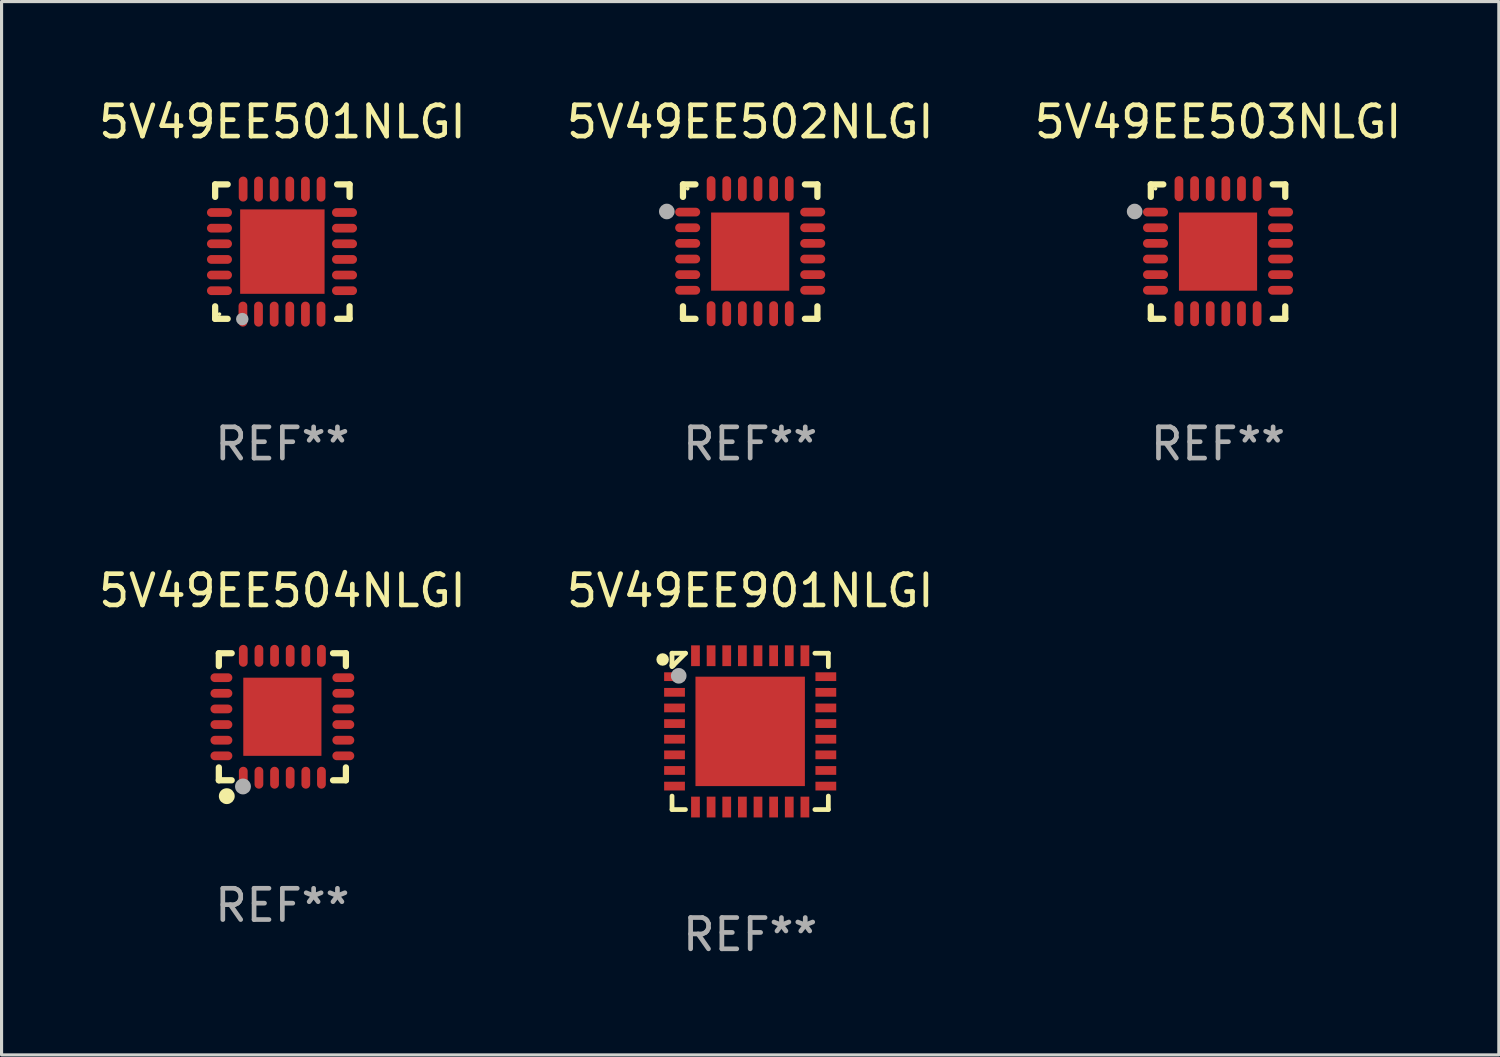
<source format=kicad_pcb>
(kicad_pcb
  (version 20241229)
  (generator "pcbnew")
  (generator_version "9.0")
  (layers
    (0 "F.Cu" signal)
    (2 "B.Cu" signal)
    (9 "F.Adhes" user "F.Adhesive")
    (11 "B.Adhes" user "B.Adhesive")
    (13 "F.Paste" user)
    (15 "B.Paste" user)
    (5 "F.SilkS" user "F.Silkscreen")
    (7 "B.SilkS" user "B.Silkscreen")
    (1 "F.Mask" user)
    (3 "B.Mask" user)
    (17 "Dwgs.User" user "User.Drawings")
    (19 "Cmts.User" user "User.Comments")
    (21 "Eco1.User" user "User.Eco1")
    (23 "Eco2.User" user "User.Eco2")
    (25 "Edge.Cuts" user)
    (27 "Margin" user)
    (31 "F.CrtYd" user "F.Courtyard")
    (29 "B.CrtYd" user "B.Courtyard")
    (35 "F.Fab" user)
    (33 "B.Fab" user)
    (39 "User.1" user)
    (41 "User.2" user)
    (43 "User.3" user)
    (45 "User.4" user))
  (footprint "5V49EE504NLGI"
    (layer "F.Cu")
    (at 5.982 19.877)
    (property "Reference" "5V49EE504NLGI" (at 0 -4.032 0) (layer "F.SilkS") (effects (font (size 1 1) (thickness 0.15))))
    (attr through_hole)
    (fp_line (start -2.032 -2.032) (end -1.621 -2.032) (stroke (width 0.2) (type solid)) (layer "F.SilkS"))
    (fp_line (start -2.032 -1.621) (end -2.032 -2.032) (stroke (width 0.2) (type solid)) (layer "F.SilkS"))
    (fp_line (start -2.032 2.032) (end -2.032 1.621) (stroke (width 0.2) (type solid)) (layer "F.SilkS"))
    (fp_line (start -1.621 2.032) (end -2.032 2.032) (stroke (width 0.2) (type solid)) (layer "F.SilkS"))
    (fp_line (start 1.621 -2.032) (end 2.032 -2.032) (stroke (width 0.2) (type solid)) (layer "F.SilkS"))
    (fp_line (start 2.032 -2.032) (end 2.032 -1.621) (stroke (width 0.2) (type solid)) (layer "F.SilkS"))
    (fp_line (start 2.032 1.621) (end 2.032 2.032) (stroke (width 0.2) (type solid)) (layer "F.SilkS"))
    (fp_line (start 2.032 2.032) (end 1.621 2.032) (stroke (width 0.2) (type solid)) (layer "F.SilkS"))
    (fp_circle (center -2 2) (end -1.97 2) (stroke (width 0.06) (type solid)) (fill no) (layer "F.SilkS"))
    (fp_circle (center -1.778 2.54) (end -1.651 2.54) (stroke (width 0.254) (type solid)) (fill no) (layer "F.SilkS"))
    (fp_circle (center -1.26 2.23) (end -1.133 2.23) (stroke (width 0.254) (type solid)) (fill no) (layer "F.Fab"))
    (fp_text user "REF**" (at 0 6.032 0) (layer "F.Fab") (effects (font (size 1 1) (thickness 0.15))))
    (pad "1" smd oval (at -1.25 1.95 180) (size 0.28 0.7) (layers "F.Cu" "F.Mask" "F.Paste"))
    (pad "2" smd oval (at -0.75 1.95 180) (size 0.28 0.7) (layers "F.Cu" "F.Mask" "F.Paste"))
    (pad "3" smd oval (at -0.25 1.95 180) (size 0.28 0.7) (layers "F.Cu" "F.Mask" "F.Paste"))
    (pad "4" smd oval (at 0.25 1.95 180) (size 0.28 0.7) (layers "F.Cu" "F.Mask" "F.Paste"))
    (pad "5" smd oval (at 0.75 1.95 180) (size 0.28 0.7) (layers "F.Cu" "F.Mask" "F.Paste"))
    (pad "6" smd oval (at 1.25 1.95 180) (size 0.28 0.7) (layers "F.Cu" "F.Mask" "F.Paste"))
    (pad "7" smd oval (at 1.95 1.25 270) (size 0.28 0.7) (layers "F.Cu" "F.Mask" "F.Paste"))
    (pad "8" smd oval (at 1.95 0.75 270) (size 0.28 0.7) (layers "F.Cu" "F.Mask" "F.Paste"))
    (pad "9" smd oval (at 1.95 0.25 270) (size 0.28 0.7) (layers "F.Cu" "F.Mask" "F.Paste"))
    (pad "10" smd oval (at 1.95 -0.25 270) (size 0.28 0.7) (layers "F.Cu" "F.Mask" "F.Paste"))
    (pad "11" smd oval (at 1.95 -0.75 270) (size 0.28 0.7) (layers "F.Cu" "F.Mask" "F.Paste"))
    (pad "12" smd oval (at 1.95 -1.25 270) (size 0.28 0.7) (layers "F.Cu" "F.Mask" "F.Paste"))
    (pad "13" smd oval (at 1.25 -1.95) (size 0.28 0.7) (layers "F.Cu" "F.Mask" "F.Paste"))
    (pad "14" smd oval (at 0.75 -1.95) (size 0.28 0.7) (layers "F.Cu" "F.Mask" "F.Paste"))
    (pad "15" smd oval (at 0.25 -1.95) (size 0.28 0.7) (layers "F.Cu" "F.Mask" "F.Paste"))
    (pad "16" smd oval (at -0.25 -1.95) (size 0.28 0.7) (layers "F.Cu" "F.Mask" "F.Paste"))
    (pad "17" smd oval (at -0.75 -1.95) (size 0.28 0.7) (layers "F.Cu" "F.Mask" "F.Paste"))
    (pad "18" smd oval (at -1.25 -1.95) (size 0.28 0.7) (layers "F.Cu" "F.Mask" "F.Paste"))
    (pad "19" smd oval (at -1.95 -1.25 90) (size 0.28 0.7) (layers "F.Cu" "F.Mask" "F.Paste"))
    (pad "20" smd oval (at -1.95 -0.75 90) (size 0.28 0.7) (layers "F.Cu" "F.Mask" "F.Paste"))
    (pad "21" smd oval (at -1.95 -0.25 90) (size 0.28 0.7) (layers "F.Cu" "F.Mask" "F.Paste"))
    (pad "22" smd oval (at -1.95 0.25 90) (size 0.28 0.7) (layers "F.Cu" "F.Mask" "F.Paste"))
    (pad "23" smd oval (at -1.95 0.75 90) (size 0.28 0.7) (layers "F.Cu" "F.Mask" "F.Paste"))
    (pad "24" smd oval (at -1.95 1.25 90) (size 0.28 0.7) (layers "F.Cu" "F.Mask" "F.Paste"))
    (pad "25" smd rect (at -0.000178 0.000025 90) (size 2.5 2.5) (layers "F.Cu" "F.Mask" "F.Paste")))
  (footprint "5V49EE503NLGI"
    (layer "F.Cu")
    (at 35.911 4.998)
    (property "Reference" "5V49EE503NLGI" (at 0 -4.15 0) (layer "F.SilkS") (effects (font (size 1 1) (thickness 0.15))))
    (attr through_hole)
    (fp_line (start -2.15 -2.15) (end -1.75 -2.15) (stroke (width 0.2) (type solid)) (layer "F.SilkS"))
    (fp_line (start -2.15 -1.75) (end -2.15 -2.15) (stroke (width 0.2) (type solid)) (layer "F.SilkS"))
    (fp_line (start -2.15 2.15) (end -2.15 1.75) (stroke (width 0.2) (type solid)) (layer "F.SilkS"))
    (fp_line (start -1.75 2.15) (end -2.15 2.15) (stroke (width 0.2) (type solid)) (layer "F.SilkS"))
    (fp_line (start 1.75 -2.15) (end 2.15 -2.15) (stroke (width 0.2) (type solid)) (layer "F.SilkS"))
    (fp_line (start 1.75 2.15) (end 2.15 2.15) (stroke (width 0.2) (type solid)) (layer "F.SilkS"))
    (fp_line (start 2.15 -2.15) (end 2.15 -1.75) (stroke (width 0.2) (type solid)) (layer "F.SilkS"))
    (fp_line (start 2.15 2.15) (end 2.15 1.75) (stroke (width 0.2) (type solid)) (layer "F.SilkS"))
    (fp_circle (center -2 -2.013) (end -1.97 -2.013) (stroke (width 0.06) (type solid)) (fill no) (layer "F.SilkS"))
    (fp_circle (center -2.667 -1.283) (end -2.542 -1.283) (stroke (width 0.25) (type solid)) (fill no) (layer "F.Fab"))
    (fp_text user "REF**" (at 0 6.15 0) (layer "F.Fab") (effects (font (size 1 1) (thickness 0.15))))
    (pad "1" smd oval (at -2 -1.263) (size 0.8 0.28) (layers "F.Cu" "F.Mask" "F.Paste"))
    (pad "2" smd oval (at -2 -0.763) (size 0.8 0.28) (layers "F.Cu" "F.Mask" "F.Paste"))
    (pad "3" smd oval (at -2 -0.263) (size 0.8 0.28) (layers "F.Cu" "F.Mask" "F.Paste"))
    (pad "4" smd oval (at -2 0.237) (size 0.8 0.28) (layers "F.Cu" "F.Mask" "F.Paste"))
    (pad "5" smd oval (at -2 0.737) (size 0.8 0.28) (layers "F.Cu" "F.Mask" "F.Paste"))
    (pad "6" smd oval (at -2 1.237) (size 0.8 0.28) (layers "F.Cu" "F.Mask" "F.Paste"))
    (pad "7" smd oval (at -1.25 1.987) (size 0.28 0.8) (layers "F.Cu" "F.Mask" "F.Paste"))
    (pad "8" smd oval (at -0.75 1.987) (size 0.28 0.8) (layers "F.Cu" "F.Mask" "F.Paste"))
    (pad "9" smd oval (at -0.25 1.987) (size 0.28 0.8) (layers "F.Cu" "F.Mask" "F.Paste"))
    (pad "10" smd oval (at 0.25 1.987) (size 0.28 0.8) (layers "F.Cu" "F.Mask" "F.Paste"))
    (pad "11" smd oval (at 0.75 1.987) (size 0.28 0.8) (layers "F.Cu" "F.Mask" "F.Paste"))
    (pad "12" smd oval (at 1.25 1.987) (size 0.28 0.8) (layers "F.Cu" "F.Mask" "F.Paste"))
    (pad "13" smd oval (at 2 1.237) (size 0.8 0.28) (layers "F.Cu" "F.Mask" "F.Paste"))
    (pad "14" smd oval (at 2 0.737) (size 0.8 0.28) (layers "F.Cu" "F.Mask" "F.Paste"))
    (pad "15" smd oval (at 2 0.237) (size 0.8 0.28) (layers "F.Cu" "F.Mask" "F.Paste"))
    (pad "16" smd oval (at 2 -0.263) (size 0.8 0.28) (layers "F.Cu" "F.Mask" "F.Paste"))
    (pad "17" smd oval (at 2 -0.763) (size 0.8 0.28) (layers "F.Cu" "F.Mask" "F.Paste"))
    (pad "18" smd oval (at 2 -1.263) (size 0.8 0.28) (layers "F.Cu" "F.Mask" "F.Paste"))
    (pad "19" smd oval (at 1.25 -2.013) (size 0.28 0.8) (layers "F.Cu" "F.Mask" "F.Paste"))
    (pad "20" smd oval (at 0.75 -2.013) (size 0.28 0.8) (layers "F.Cu" "F.Mask" "F.Paste"))
    (pad "21" smd oval (at 0.25 -2.013) (size 0.28 0.8) (layers "F.Cu" "F.Mask" "F.Paste"))
    (pad "22" smd oval (at -0.25 -2.013) (size 0.28 0.8) (layers "F.Cu" "F.Mask" "F.Paste"))
    (pad "23" smd oval (at -0.75 -2.013) (size 0.28 0.8) (layers "F.Cu" "F.Mask" "F.Paste"))
    (pad "24" smd oval (at -1.25 -2.013) (size 0.28 0.8) (layers "F.Cu" "F.Mask" "F.Paste"))
    (pad "25" smd rect (at -0.000127 -0.00014) (size 2.5 2.5) (layers "F.Cu" "F.Mask" "F.Paste")))
  (footprint "5V49EE901NLGI"
    (layer "F.Cu")
    (at 20.946 20.345)
    (property "Reference" "5V49EE901NLGI" (at 0 -4.5 0) (layer "F.SilkS") (effects (font (size 1 1) (thickness 0.15))))
    (attr through_hole)
    (fp_line (start -2.5 -2.5) (end -2.07 -2.5) (stroke (width 0.152) (type solid)) (layer "F.SilkS"))
    (fp_line (start -2.5 -2.11) (end -2.5 -2.5) (stroke (width 0.152) (type solid)) (layer "F.SilkS"))
    (fp_line (start -2.5 -2.11) (end -2.5 -2.07) (stroke (width 0.152) (type solid)) (layer "F.SilkS"))
    (fp_line (start -2.5 -2.11) (end -2.46 -2.11) (stroke (width 0.152) (type solid)) (layer "F.SilkS"))
    (fp_line (start -2.5 2.5) (end -2.5 2.07) (stroke (width 0.152) (type solid)) (layer "F.SilkS"))
    (fp_line (start -2.46 -2.11) (end -2.07 -2.5) (stroke (width 0.152) (type solid)) (layer "F.SilkS"))
    (fp_line (start -2.07 2.5) (end -2.5 2.5) (stroke (width 0.152) (type solid)) (layer "F.SilkS"))
    (fp_line (start 2.07 -2.5) (end 2.5 -2.5) (stroke (width 0.152) (type solid)) (layer "F.SilkS"))
    (fp_line (start 2.5 -2.5) (end 2.5 -2.07) (stroke (width 0.152) (type solid)) (layer "F.SilkS"))
    (fp_line (start 2.5 2.07) (end 2.5 2.5) (stroke (width 0.152) (type solid)) (layer "F.SilkS"))
    (fp_line (start 2.5 2.5) (end 2.07 2.5) (stroke (width 0.152) (type solid)) (layer "F.SilkS"))
    (fp_circle (center -2.8 -2.3) (end -2.7 -2.3) (stroke (width 0.2) (type solid)) (fill no) (layer "F.SilkS"))
    (fp_circle (center -2.5 -2.5) (end -2.47 -2.5) (stroke (width 0.06) (type solid)) (fill no) (layer "F.SilkS"))
    (fp_circle (center -2.286 -1.778) (end -2.161 -1.778) (stroke (width 0.25) (type solid)) (fill no) (layer "F.Fab"))
    (fp_text user "REF**" (at 0 6.5 0) (layer "F.Fab") (effects (font (size 1 1) (thickness 0.15))))
    (pad "1" smd rect (at -2.42 -1.75 270) (size 0.28 0.665) (layers "F.Cu" "F.Mask" "F.Paste"))
    (pad "2" smd rect (at -2.42 -1.25 270) (size 0.28 0.665) (layers "F.Cu" "F.Mask" "F.Paste"))
    (pad "3" smd rect (at -2.42 -0.75 270) (size 0.28 0.665) (layers "F.Cu" "F.Mask" "F.Paste"))
    (pad "4" smd rect (at -2.42 -0.25 270) (size 0.28 0.665) (layers "F.Cu" "F.Mask" "F.Paste"))
    (pad "5" smd rect (at -2.42 0.25 270) (size 0.28 0.665) (layers "F.Cu" "F.Mask" "F.Paste"))
    (pad "6" smd rect (at -2.42 0.75 270) (size 0.28 0.665) (layers "F.Cu" "F.Mask" "F.Paste"))
    (pad "7" smd rect (at -2.42 1.25 270) (size 0.28 0.665) (layers "F.Cu" "F.Mask" "F.Paste"))
    (pad "8" smd rect (at -2.42 1.75 270) (size 0.28 0.665) (layers "F.Cu" "F.Mask" "F.Paste"))
    (pad "9" smd rect (at -1.75 2.42 270) (size 0.665 0.28) (layers "F.Cu" "F.Mask" "F.Paste"))
    (pad "10" smd rect (at -1.25 2.42 270) (size 0.665 0.28) (layers "F.Cu" "F.Mask" "F.Paste"))
    (pad "11" smd rect (at -0.75 2.42 270) (size 0.665 0.28) (layers "F.Cu" "F.Mask" "F.Paste"))
    (pad "12" smd rect (at -0.25 2.42 270) (size 0.665 0.28) (layers "F.Cu" "F.Mask" "F.Paste"))
    (pad "13" smd rect (at 0.25 2.42 270) (size 0.665 0.28) (layers "F.Cu" "F.Mask" "F.Paste"))
    (pad "14" smd rect (at 0.75 2.42 270) (size 0.665 0.28) (layers "F.Cu" "F.Mask" "F.Paste"))
    (pad "15" smd rect (at 1.25 2.42 270) (size 0.665 0.28) (layers "F.Cu" "F.Mask" "F.Paste"))
    (pad "16" smd rect (at 1.75 2.42 270) (size 0.665 0.28) (layers "F.Cu" "F.Mask" "F.Paste"))
    (pad "17" smd rect (at 2.42 1.75 270) (size 0.28 0.665) (layers "F.Cu" "F.Mask" "F.Paste"))
    (pad "18" smd rect (at 2.42 1.25 270) (size 0.28 0.665) (layers "F.Cu" "F.Mask" "F.Paste"))
    (pad "19" smd rect (at 2.42 0.75 270) (size 0.28 0.665) (layers "F.Cu" "F.Mask" "F.Paste"))
    (pad "20" smd rect (at 2.42 0.25 270) (size 0.28 0.665) (layers "F.Cu" "F.Mask" "F.Paste"))
    (pad "21" smd rect (at 2.42 -0.25 270) (size 0.28 0.665) (layers "F.Cu" "F.Mask" "F.Paste"))
    (pad "22" smd rect (at 2.42 -0.75 270) (size 0.28 0.665) (layers "F.Cu" "F.Mask" "F.Paste"))
    (pad "23" smd rect (at 2.42 -1.25 270) (size 0.28 0.665) (layers "F.Cu" "F.Mask" "F.Paste"))
    (pad "24" smd rect (at 2.42 -1.75 270) (size 0.28 0.665) (layers "F.Cu" "F.Mask" "F.Paste"))
    (pad "25" smd rect (at 1.75 -2.42 270) (size 0.665 0.28) (layers "F.Cu" "F.Mask" "F.Paste"))
    (pad "26" smd rect (at 1.25 -2.42 270) (size 0.665 0.28) (layers "F.Cu" "F.Mask" "F.Paste"))
    (pad "27" smd rect (at 0.75 -2.42 270) (size 0.665 0.28) (layers "F.Cu" "F.Mask" "F.Paste"))
    (pad "28" smd rect (at 0.25 -2.42 270) (size 0.665 0.28) (layers "F.Cu" "F.Mask" "F.Paste"))
    (pad "29" smd rect (at -0.25 -2.42 270) (size 0.665 0.28) (layers "F.Cu" "F.Mask" "F.Paste"))
    (pad "30" smd rect (at -0.75 -2.42 270) (size 0.665 0.28) (layers "F.Cu" "F.Mask" "F.Paste"))
    (pad "31" smd rect (at -1.25 -2.42 270) (size 0.665 0.28) (layers "F.Cu" "F.Mask" "F.Paste"))
    (pad "32" smd rect (at -1.75 -2.42 270) (size 0.665 0.28) (layers "F.Cu" "F.Mask" "F.Paste"))
    (pad "33" smd rect (at 0 0 270) (size 3.5 3.5) (layers "F.Cu" "F.Mask" "F.Paste")))
  (footprint "5V49EE501NLGI"
    (layer "F.Cu")
    (at 5.982 4.998)
    (property "Reference" "5V49EE501NLGI" (at 0 -4.15 0) (layer "F.SilkS") (effects (font (size 1 1) (thickness 0.15))))
    (attr through_hole)
    (fp_line (start -2.15 -2.15) (end -1.75 -2.15) (stroke (width 0.2) (type solid)) (layer "F.SilkS"))
    (fp_line (start -2.15 -1.75) (end -2.15 -2.15) (stroke (width 0.2) (type solid)) (layer "F.SilkS"))
    (fp_line (start -2.15 2.15) (end -2.15 1.75) (stroke (width 0.2) (type solid)) (layer "F.SilkS"))
    (fp_line (start -1.75 2.15) (end -2.15 2.15) (stroke (width 0.2) (type solid)) (layer "F.SilkS"))
    (fp_line (start 2.15 -2.15) (end 1.75 -2.15) (stroke (width 0.2) (type solid)) (layer "F.SilkS"))
    (fp_line (start 2.15 -1.75) (end 2.15 -2.15) (stroke (width 0.2) (type solid)) (layer "F.SilkS"))
    (fp_line (start 2.15 1.75) (end 2.15 2.15) (stroke (width 0.2) (type solid)) (layer "F.SilkS"))
    (fp_line (start 2.15 2.15) (end 1.75 2.15) (stroke (width 0.2) (type solid)) (layer "F.SilkS"))
    (fp_circle (center -2.013 2) (end -1.983 2) (stroke (width 0.06) (type solid)) (fill no) (layer "F.SilkS"))
    (fp_circle (center -1.282 2.159) (end -1.182 2.159) (stroke (width 0.2) (type solid)) (fill no) (layer "F.Fab"))
    (fp_text user "REF**" (at 0 6.15 0) (layer "F.Fab") (effects (font (size 1 1) (thickness 0.15))))
    (pad "1" smd oval (at -1.262 2) (size 0.28 0.8) (layers "F.Cu" "F.Mask" "F.Paste"))
    (pad "2" smd oval (at -0.763 2) (size 0.28 0.8) (layers "F.Cu" "F.Mask" "F.Paste"))
    (pad "3" smd oval (at -0.262 2) (size 0.28 0.8) (layers "F.Cu" "F.Mask" "F.Paste"))
    (pad "4" smd oval (at 0.237 2) (size 0.28 0.8) (layers "F.Cu" "F.Mask" "F.Paste"))
    (pad "5" smd oval (at 0.738 2) (size 0.28 0.8) (layers "F.Cu" "F.Mask" "F.Paste"))
    (pad "6" smd oval (at 1.237 2) (size 0.28 0.8) (layers "F.Cu" "F.Mask" "F.Paste"))
    (pad "7" smd oval (at 1.988 1.25) (size 0.8 0.28) (layers "F.Cu" "F.Mask" "F.Paste"))
    (pad "8" smd oval (at 1.988 0.75) (size 0.8 0.28) (layers "F.Cu" "F.Mask" "F.Paste"))
    (pad "9" smd oval (at 1.988 0.25) (size 0.8 0.28) (layers "F.Cu" "F.Mask" "F.Paste"))
    (pad "10" smd oval (at 1.988 -0.25) (size 0.8 0.28) (layers "F.Cu" "F.Mask" "F.Paste"))
    (pad "11" smd oval (at 1.988 -0.75) (size 0.8 0.28) (layers "F.Cu" "F.Mask" "F.Paste"))
    (pad "12" smd oval (at 1.988 -1.25) (size 0.8 0.28) (layers "F.Cu" "F.Mask" "F.Paste"))
    (pad "13" smd oval (at 1.237 -2) (size 0.28 0.8) (layers "F.Cu" "F.Mask" "F.Paste"))
    (pad "14" smd oval (at 0.738 -2) (size 0.28 0.8) (layers "F.Cu" "F.Mask" "F.Paste"))
    (pad "15" smd oval (at 0.237 -2) (size 0.28 0.8) (layers "F.Cu" "F.Mask" "F.Paste"))
    (pad "16" smd oval (at -0.262 -2) (size 0.28 0.8) (layers "F.Cu" "F.Mask" "F.Paste"))
    (pad "17" smd oval (at -0.763 -2) (size 0.28 0.8) (layers "F.Cu" "F.Mask" "F.Paste"))
    (pad "18" smd oval (at -1.255 -2) (size 0.28 0.8) (layers "F.Cu" "F.Mask" "F.Paste"))
    (pad "19" smd oval (at -2.012 -1.25) (size 0.8 0.28) (layers "F.Cu" "F.Mask" "F.Paste"))
    (pad "20" smd oval (at -2.012 -0.75) (size 0.8 0.28) (layers "F.Cu" "F.Mask" "F.Paste"))
    (pad "21" smd oval (at -2.012 -0.25) (size 0.8 0.28) (layers "F.Cu" "F.Mask" "F.Paste"))
    (pad "22" smd oval (at -2.012 0.25) (size 0.8 0.28) (layers "F.Cu" "F.Mask" "F.Paste"))
    (pad "23" smd oval (at -2.012 0.75) (size 0.8 0.28) (layers "F.Cu" "F.Mask" "F.Paste"))
    (pad "24" smd oval (at -2.012 1.25) (size 0.8 0.28) (layers "F.Cu" "F.Mask" "F.Paste"))
    (pad "25" smd rect (at -0.000013 -0.000025) (size 2.7 2.7) (layers "F.Cu" "F.Mask" "F.Paste")))
  (footprint "5V49EE502NLGI"
    (layer "F.Cu")
    (at 20.946 4.998)
    (property "Reference" "5V49EE502NLGI" (at 0 -4.15 0) (layer "F.SilkS") (effects (font (size 1 1) (thickness 0.15))))
    (attr through_hole)
    (fp_line (start -2.15 -2.15) (end -1.75 -2.15) (stroke (width 0.2) (type solid)) (layer "F.SilkS"))
    (fp_line (start -2.15 -1.75) (end -2.15 -2.15) (stroke (width 0.2) (type solid)) (layer "F.SilkS"))
    (fp_line (start -2.15 2.15) (end -2.15 1.75) (stroke (width 0.2) (type solid)) (layer "F.SilkS"))
    (fp_line (start -1.75 2.15) (end -2.15 2.15) (stroke (width 0.2) (type solid)) (layer "F.SilkS"))
    (fp_line (start 1.75 -2.15) (end 2.15 -2.15) (stroke (width 0.2) (type solid)) (layer "F.SilkS"))
    (fp_line (start 1.75 2.15) (end 2.15 2.15) (stroke (width 0.2) (type solid)) (layer "F.SilkS"))
    (fp_line (start 2.15 -2.15) (end 2.15 -1.75) (stroke (width 0.2) (type solid)) (layer "F.SilkS"))
    (fp_line (start 2.15 2.15) (end 2.15 1.75) (stroke (width 0.2) (type solid)) (layer "F.SilkS"))
    (fp_circle (center -2 -2.013) (end -1.97 -2.013) (stroke (width 0.06) (type solid)) (fill no) (layer "F.SilkS"))
    (fp_circle (center -2.667 -1.283) (end -2.542 -1.283) (stroke (width 0.25) (type solid)) (fill no) (layer "F.Fab"))
    (fp_text user "REF**" (at 0 6.15 0) (layer "F.Fab") (effects (font (size 1 1) (thickness 0.15))))
    (pad "1" smd oval (at -2 -1.263) (size 0.8 0.28) (layers "F.Cu" "F.Mask" "F.Paste"))
    (pad "2" smd oval (at -2 -0.763) (size 0.8 0.28) (layers "F.Cu" "F.Mask" "F.Paste"))
    (pad "3" smd oval (at -2 -0.263) (size 0.8 0.28) (layers "F.Cu" "F.Mask" "F.Paste"))
    (pad "4" smd oval (at -2 0.237) (size 0.8 0.28) (layers "F.Cu" "F.Mask" "F.Paste"))
    (pad "5" smd oval (at -2 0.737) (size 0.8 0.28) (layers "F.Cu" "F.Mask" "F.Paste"))
    (pad "6" smd oval (at -2 1.237) (size 0.8 0.28) (layers "F.Cu" "F.Mask" "F.Paste"))
    (pad "7" smd oval (at -1.25 1.987) (size 0.28 0.8) (layers "F.Cu" "F.Mask" "F.Paste"))
    (pad "8" smd oval (at -0.75 1.987) (size 0.28 0.8) (layers "F.Cu" "F.Mask" "F.Paste"))
    (pad "9" smd oval (at -0.25 1.987) (size 0.28 0.8) (layers "F.Cu" "F.Mask" "F.Paste"))
    (pad "10" smd oval (at 0.25 1.987) (size 0.28 0.8) (layers "F.Cu" "F.Mask" "F.Paste"))
    (pad "11" smd oval (at 0.75 1.987) (size 0.28 0.8) (layers "F.Cu" "F.Mask" "F.Paste"))
    (pad "12" smd oval (at 1.25 1.987) (size 0.28 0.8) (layers "F.Cu" "F.Mask" "F.Paste"))
    (pad "13" smd oval (at 2 1.237) (size 0.8 0.28) (layers "F.Cu" "F.Mask" "F.Paste"))
    (pad "14" smd oval (at 2 0.737) (size 0.8 0.28) (layers "F.Cu" "F.Mask" "F.Paste"))
    (pad "15" smd oval (at 2 0.237) (size 0.8 0.28) (layers "F.Cu" "F.Mask" "F.Paste"))
    (pad "16" smd oval (at 2 -0.263) (size 0.8 0.28) (layers "F.Cu" "F.Mask" "F.Paste"))
    (pad "17" smd oval (at 2 -0.763) (size 0.8 0.28) (layers "F.Cu" "F.Mask" "F.Paste"))
    (pad "18" smd oval (at 2 -1.263) (size 0.8 0.28) (layers "F.Cu" "F.Mask" "F.Paste"))
    (pad "19" smd oval (at 1.25 -2.013) (size 0.28 0.8) (layers "F.Cu" "F.Mask" "F.Paste"))
    (pad "20" smd oval (at 0.75 -2.013) (size 0.28 0.8) (layers "F.Cu" "F.Mask" "F.Paste"))
    (pad "21" smd oval (at 0.25 -2.013) (size 0.28 0.8) (layers "F.Cu" "F.Mask" "F.Paste"))
    (pad "22" smd oval (at -0.25 -2.013) (size 0.28 0.8) (layers "F.Cu" "F.Mask" "F.Paste"))
    (pad "23" smd oval (at -0.75 -2.013) (size 0.28 0.8) (layers "F.Cu" "F.Mask" "F.Paste"))
    (pad "24" smd oval (at -1.25 -2.013) (size 0.28 0.8) (layers "F.Cu" "F.Mask" "F.Paste"))
    (pad "25" smd rect (at -0.000127 -0.00014) (size 2.5 2.5) (layers "F.Cu" "F.Mask" "F.Paste")))
  (gr_rect
    (start -3 -3)
    (end 44.893 30.693)
    (stroke (width 0.1) (type default))
    (fill no)
    (layer "Edge.Cuts")))
</source>
